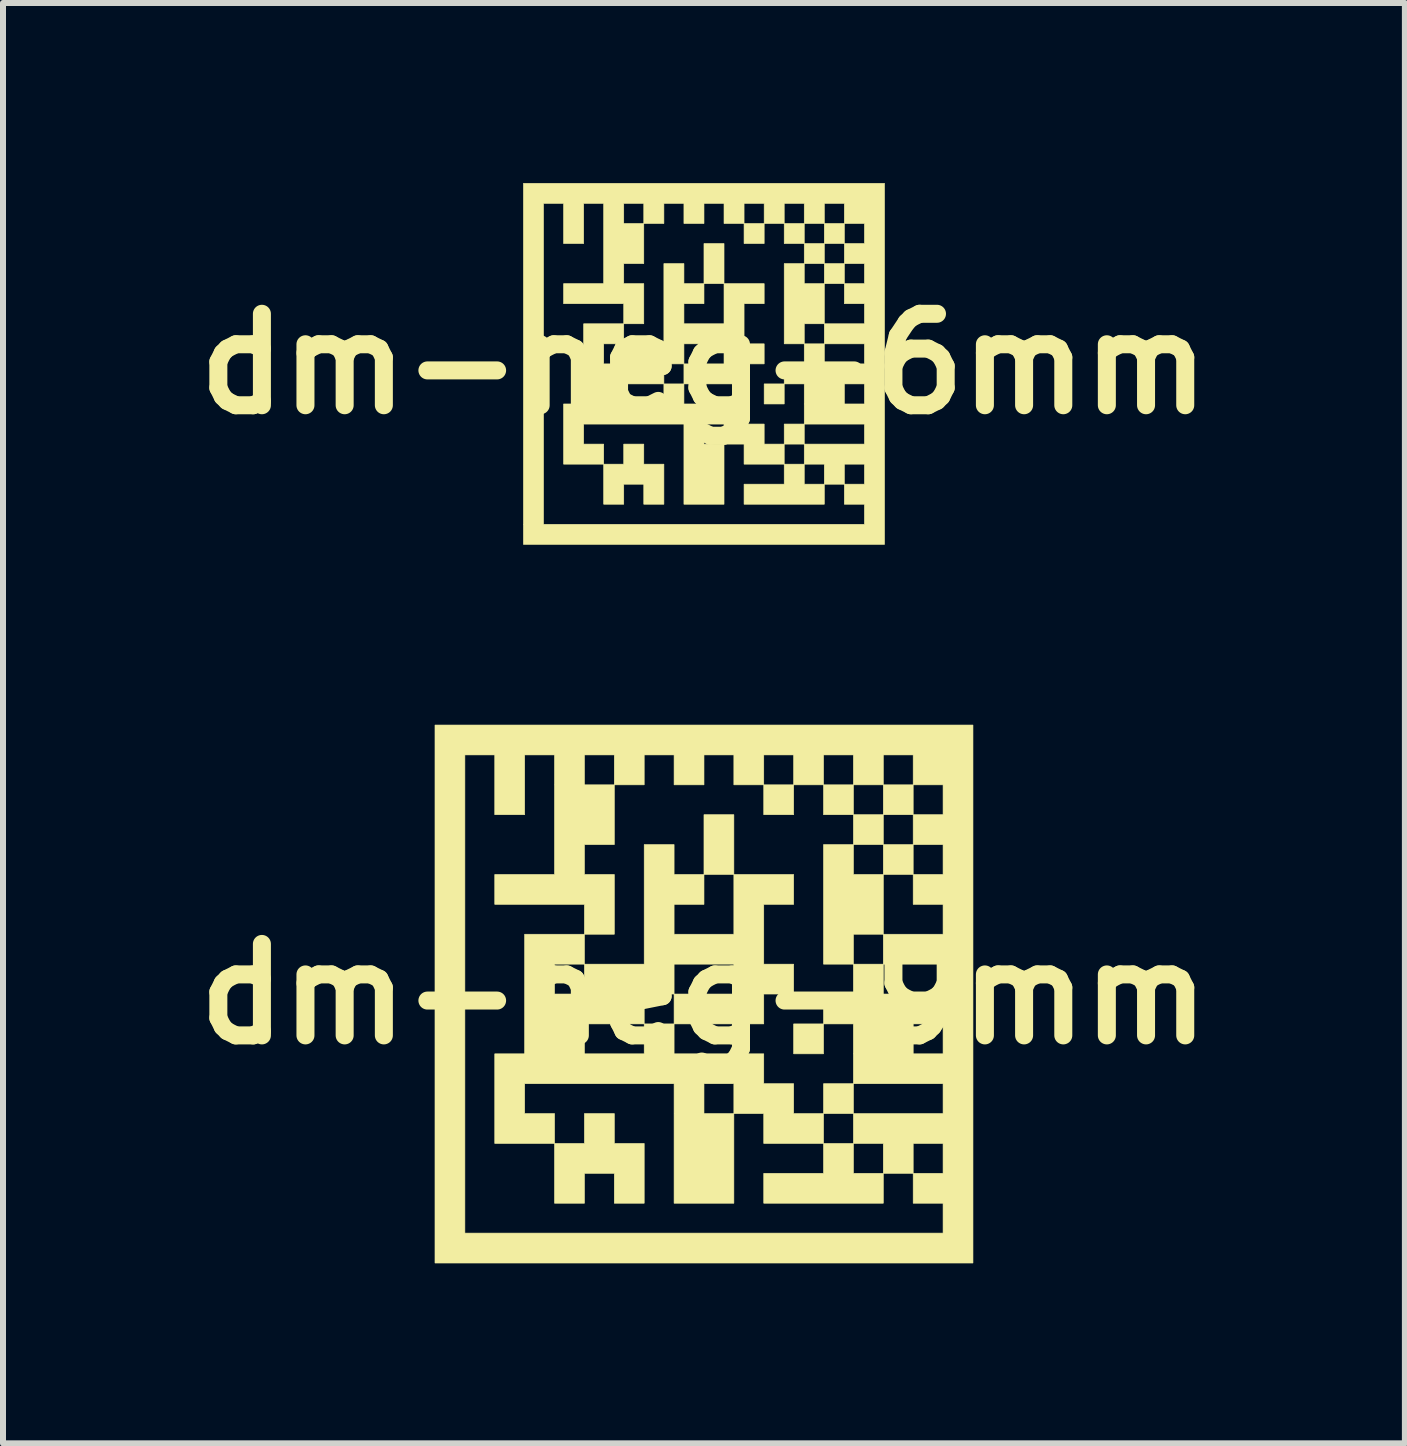
<source format=kicad_pcb>
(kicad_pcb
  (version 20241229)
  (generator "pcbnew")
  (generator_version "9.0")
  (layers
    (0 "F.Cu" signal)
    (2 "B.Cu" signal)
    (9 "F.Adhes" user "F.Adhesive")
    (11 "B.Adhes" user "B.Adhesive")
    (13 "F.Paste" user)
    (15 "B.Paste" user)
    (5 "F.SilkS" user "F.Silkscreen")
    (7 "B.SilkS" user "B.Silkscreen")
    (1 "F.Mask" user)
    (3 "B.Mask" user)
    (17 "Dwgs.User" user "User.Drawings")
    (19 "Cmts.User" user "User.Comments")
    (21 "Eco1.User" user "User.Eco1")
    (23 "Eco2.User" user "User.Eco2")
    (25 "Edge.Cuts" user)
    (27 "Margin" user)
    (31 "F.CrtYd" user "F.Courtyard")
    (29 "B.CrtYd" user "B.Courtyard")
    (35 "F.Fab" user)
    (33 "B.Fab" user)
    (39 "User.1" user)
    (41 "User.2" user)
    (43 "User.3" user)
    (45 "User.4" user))
  (footprint "dm-neg-9mm"
    (layer "F.Cu")
    (at 8.68 13.513)
    (property "Reference" "dm-neg-9mm" (at 0 0 0) (layer "F.SilkS") (effects (font (size 1.524 1.524) (thickness 0.3))))
    (attr through_hole)
    (fp_poly (pts (xy 0 -2.988) (xy 0.498 -2.988) (xy 0.498 -1.992) (xy 0 -1.992) (xy 0 -2.988)) (stroke (width 0.01) (type solid)) (fill yes) (layer "F.SilkS"))
    (fp_poly (pts (xy 1.494 -2.988) (xy 0.996 -2.988) (xy 0.996 -3.486) (xy 1.494 -3.486) (xy 1.494 -2.988)) (stroke (width 0.01) (type solid)) (fill yes) (layer "F.SilkS"))
    (fp_poly (pts (xy 1.992 -2.988) (xy 1.992 -3.486) (xy 2.49 -3.486) (xy 2.49 -2.988) (xy 1.992 -2.988)) (stroke (width 0.01) (type solid)) (fill yes) (layer "F.SilkS"))
    (fp_poly (pts (xy 1.992 0.996) (xy 1.494 0.996) (xy 1.494 0.498) (xy 1.992 0.498) (xy 1.992 0.996)) (stroke (width 0.01) (type solid)) (fill yes) (layer "F.SilkS"))
    (fp_poly (pts (xy 1.992 1.494) (xy 2.49 1.494) (xy 2.49 1.992) (xy 1.992 1.992) (xy 1.992 1.494)) (stroke (width 0.01) (type solid)) (fill yes) (layer "F.SilkS"))
    (fp_poly (pts (xy 2.988 -3.486) (xy 3.486 -3.486) (xy 3.486 -2.988) (xy 2.988 -2.988) (xy 2.988 -3.486)) (stroke (width 0.01) (type solid)) (fill yes) (layer "F.SilkS"))
    (fp_poly (pts (xy 2.988 -2.49) (xy 2.49 -2.49) (xy 2.49 -2.988) (xy 2.988 -2.988) (xy 2.988 -2.49)) (stroke (width 0.01) (type solid)) (fill yes) (layer "F.SilkS"))
    (fp_poly (pts (xy 2.988 -2.49) (xy 3.486 -2.49) (xy 3.486 -1.992) (xy 2.988 -1.992) (xy 2.988 -2.49)) (stroke (width 0.01) (type solid)) (fill yes) (layer "F.SilkS"))
    (fp_poly (pts (xy 2.49 2.49) (xy 2.49 2.988) (xy 2.988 2.988) (xy 2.988 3.486) (xy 0.996 3.486) (xy 0.996 2.988) (xy 1.992 2.988) (xy 1.992 2.49) (xy 2.49 2.49)) (stroke (width 0.01) (type solid)) (fill yes) (layer "F.SilkS"))
    (fp_poly (pts (xy 2.988 -0.996) (xy 2.49 -0.996) (xy 2.49 -0.498) (xy 1.992 -0.498) (xy 1.992 -2.49) (xy 2.49 -2.49) (xy 2.49 -1.992) (xy 2.988 -1.992) (xy 2.988 -0.996)) (stroke (width 0.01) (type solid)) (fill yes) (layer "F.SilkS"))
    (fp_poly (pts (xy -1.992 2.49) (xy -1.992 1.992) (xy -1.494 1.992) (xy -1.494 2.49) (xy -0.996 2.49) (xy -0.996 3.486) (xy -1.494 3.486) (xy -1.494 2.988) (xy -1.992 2.988) (xy -1.992 3.486) (xy -2.49 3.486) (xy -2.49 2.49) (xy -1.992 2.49)) (stroke (width 0.01) (type solid)) (fill yes) (layer "F.SilkS"))
    (fp_poly (pts (xy 1.992 2.49) (xy 0.996 2.49) (xy 0.996 1.992) (xy 0.498 1.992) (xy 0.498 3.486) (xy -0.498 3.486) (xy -0.498 1.494) (xy 0 1.494) (xy 0 1.992) (xy 0.498 1.992) (xy 0.498 1.494) (xy 0 1.494) (xy -0.498 1.494) (xy -2.988 1.494) (xy -2.988 1.992) (xy -2.49 1.992) (xy -2.49 2.49) (xy -3.486 2.49) (xy -3.486 0.996) (xy -2.988 0.996) (xy -2.988 0.498) (xy -1.992 0.498) (xy -1.992 0.996) (xy -0.996 0.996) (xy -0.996 0.498) (xy -1.992 0.498) (xy -2.988 0.498) (xy -2.988 -0.498) (xy -2.49 -0.498) (xy -2.49 0) (xy -1.992 0) (xy -0.996 0) (xy -0.996 0.498) (xy -0.498 0.498) (xy -0.498 0) (xy -0.996 0) (xy -1.992 0) (xy -1.992 -0.498) (xy -2.49 -0.498) (xy -2.988 -0.498) (xy -2.988 -0.996) (xy -1.992 -0.996) (xy -1.992 -0.498) (xy -0.996 -0.498) (xy -0.498 -0.498) (xy -0.498 0) (xy 0.498 0) (xy 0.498 -0.498) (xy -0.498 -0.498) (xy -0.996 -0.498) (xy -0.996 -2.49) (xy -0.498 -2.49) (xy -0.498 -1.992) (xy 0 -1.992) (xy 0 -1.494) (xy -0.498 -1.494) (xy -0.498 -0.996) (xy 0.498 -0.996) (xy 0.498 -1.992) (xy 1.494 -1.992) (xy 1.494 -1.494) (xy 0.996 -1.494) (xy 0.996 -0.498) (xy 1.494 -0.498) (xy 1.494 0) (xy 0.996 0) (xy 0.996 0.498) (xy -0.498 0.498) (xy -0.498 0.996) (xy 0.996 0.996) (xy 0.996 1.494) (xy 1.494 1.494) (xy 1.494 1.992) (xy 1.992 1.992) (xy 1.992 2.49)) (stroke (width 0.01) (type solid)) (fill yes) (layer "F.SilkS"))
    (fp_poly (pts (xy 4.482 4.482) (xy -4.482 4.482) (xy -4.482 -3.984) (xy -3.984 -3.984) (xy -3.984 3.984) (xy 3.984 3.984) (xy 3.984 3.486) (xy 3.486 3.486) (xy 3.486 2.988) (xy 2.988 2.988) (xy 2.988 2.49) (xy 3.486 2.49) (xy 3.486 2.988) (xy 3.984 2.988) (xy 3.984 2.49) (xy 3.486 2.49) (xy 2.988 2.49) (xy 2.49 2.49) (xy 2.49 1.992) (xy 3.984 1.992) (xy 3.984 1.494) (xy 2.49 1.494) (xy 2.49 0.498) (xy 3.486 0.498) (xy 3.486 0.996) (xy 3.984 0.996) (xy 3.984 0.498) (xy 3.486 0.498) (xy 2.49 0.498) (xy 1.992 0.498) (xy 1.992 0) (xy 2.49 0) (xy 2.49 -0.498) (xy 2.988 -0.498) (xy 2.988 0) (xy 3.984 0) (xy 3.984 -0.498) (xy 2.988 -0.498) (xy 2.988 -0.996) (xy 3.984 -0.996) (xy 3.984 -1.494) (xy 3.486 -1.494) (xy 3.486 -1.992) (xy 3.984 -1.992) (xy 3.984 -2.49) (xy 3.486 -2.49) (xy 3.486 -2.988) (xy 3.984 -2.988) (xy 3.984 -3.486) (xy 3.486 -3.486) (xy 3.486 -3.984) (xy 2.988 -3.984) (xy 2.988 -3.486) (xy 2.49 -3.486) (xy 2.49 -3.984) (xy 1.992 -3.984) (xy 1.992 -3.486) (xy 1.494 -3.486) (xy 1.494 -3.984) (xy 0.996 -3.984) (xy 0.996 -3.486) (xy 0.498 -3.486) (xy 0.498 -3.984) (xy 0 -3.984) (xy 0 -3.486) (xy -0.498 -3.486) (xy -0.498 -3.984) (xy -0.996 -3.984) (xy -0.996 -3.486) (xy -1.494 -3.486) (xy -1.494 -2.49) (xy -1.992 -2.49) (xy -1.992 -1.992) (xy -1.494 -1.992) (xy -1.494 -0.996) (xy -1.992 -0.996) (xy -1.992 -1.494) (xy -3.486 -1.494) (xy -3.486 -1.992) (xy -2.49 -1.992) (xy -2.49 -3.984) (xy -1.992 -3.984) (xy -1.992 -3.486) (xy -1.494 -3.486) (xy -1.494 -3.984) (xy -1.992 -3.984) (xy -2.49 -3.984) (xy -2.988 -3.984) (xy -2.988 -2.988) (xy -3.486 -2.988) (xy -3.486 -3.984) (xy -3.984 -3.984) (xy -4.482 -3.984) (xy -4.482 -4.482) (xy 4.482 -4.482) (xy 4.482 4.482)) (stroke (width 0.01) (type solid)) (fill yes) (layer "F.SilkS")))
  (footprint "dm-neg-6mm"
    (layer "F.Cu")
    (at 8.68 3.013)
    (property "Reference" "dm-neg-6mm" (at 0 0 0) (layer "F.SilkS") (effects (font (size 1.524 1.524) (thickness 0.3))))
    (attr through_hole)
    (fp_poly (pts (xy 0 -2.005) (xy 0.334 -2.005) (xy 0.334 -1.337) (xy 0 -1.337) (xy 0 -2.005)) (stroke (width 0.01) (type solid)) (fill yes) (layer "F.SilkS"))
    (fp_poly (pts (xy 1.003 -2.005) (xy 0.668 -2.005) (xy 0.668 -2.339) (xy 1.003 -2.339) (xy 1.003 -2.005)) (stroke (width 0.01) (type solid)) (fill yes) (layer "F.SilkS"))
    (fp_poly (pts (xy 1.337 -2.005) (xy 1.337 -2.339) (xy 1.671 -2.339) (xy 1.671 -2.005) (xy 1.337 -2.005)) (stroke (width 0.01) (type solid)) (fill yes) (layer "F.SilkS"))
    (fp_poly (pts (xy 1.337 0.668) (xy 1.003 0.668) (xy 1.003 0.334) (xy 1.337 0.334) (xy 1.337 0.668)) (stroke (width 0.01) (type solid)) (fill yes) (layer "F.SilkS"))
    (fp_poly (pts (xy 1.337 1.003) (xy 1.671 1.003) (xy 1.671 1.337) (xy 1.337 1.337) (xy 1.337 1.003)) (stroke (width 0.01) (type solid)) (fill yes) (layer "F.SilkS"))
    (fp_poly (pts (xy 2.005 -2.339) (xy 2.339 -2.339) (xy 2.339 -2.005) (xy 2.005 -2.005) (xy 2.005 -2.339)) (stroke (width 0.01) (type solid)) (fill yes) (layer "F.SilkS"))
    (fp_poly (pts (xy 2.005 -1.671) (xy 1.671 -1.671) (xy 1.671 -2.005) (xy 2.005 -2.005) (xy 2.005 -1.671)) (stroke (width 0.01) (type solid)) (fill yes) (layer "F.SilkS"))
    (fp_poly (pts (xy 2.005 -1.671) (xy 2.339 -1.671) (xy 2.339 -1.337) (xy 2.005 -1.337) (xy 2.005 -1.671)) (stroke (width 0.01) (type solid)) (fill yes) (layer "F.SilkS"))
    (fp_poly (pts (xy 1.671 1.671) (xy 1.671 2.005) (xy 2.005 2.005) (xy 2.005 2.339) (xy 0.668 2.339) (xy 0.668 2.005) (xy 1.337 2.005) (xy 1.337 1.671) (xy 1.671 1.671)) (stroke (width 0.01) (type solid)) (fill yes) (layer "F.SilkS"))
    (fp_poly (pts (xy 2.005 -0.668) (xy 1.671 -0.668) (xy 1.671 -0.334) (xy 1.337 -0.334) (xy 1.337 -1.671) (xy 1.671 -1.671) (xy 1.671 -1.337) (xy 2.005 -1.337) (xy 2.005 -0.668)) (stroke (width 0.01) (type solid)) (fill yes) (layer "F.SilkS"))
    (fp_poly (pts (xy -1.337 1.671) (xy -1.337 1.337) (xy -1.003 1.337) (xy -1.003 1.671) (xy -0.668 1.671) (xy -0.668 2.339) (xy -1.003 2.339) (xy -1.003 2.005) (xy -1.337 2.005) (xy -1.337 2.339) (xy -1.671 2.339) (xy -1.671 1.671) (xy -1.337 1.671)) (stroke (width 0.01) (type solid)) (fill yes) (layer "F.SilkS"))
    (fp_poly (pts (xy 1.337 1.671) (xy 0.668 1.671) (xy 0.668 1.337) (xy 0.334 1.337) (xy 0.334 2.339) (xy -0.334 2.339) (xy -0.334 1.003) (xy 0 1.003) (xy 0 1.337) (xy 0.334 1.337) (xy 0.334 1.003) (xy 0 1.003) (xy -0.334 1.003) (xy -2.005 1.003) (xy -2.005 1.337) (xy -1.671 1.337) (xy -1.671 1.671) (xy -2.339 1.671) (xy -2.339 0.668) (xy -2.005 0.668) (xy -2.005 0.334) (xy -1.337 0.334) (xy -1.337 0.668) (xy -0.668 0.668) (xy -0.668 0.334) (xy -1.337 0.334) (xy -2.005 0.334) (xy -2.005 -0.334) (xy -1.671 -0.334) (xy -1.671 0) (xy -1.337 0) (xy -0.668 0) (xy -0.668 0.334) (xy -0.334 0.334) (xy -0.334 0) (xy -0.668 0) (xy -1.337 0) (xy -1.337 -0.334) (xy -1.671 -0.334) (xy -2.005 -0.334) (xy -2.005 -0.668) (xy -1.337 -0.668) (xy -1.337 -0.334) (xy -0.668 -0.334) (xy -0.334 -0.334) (xy -0.334 0) (xy 0.334 0) (xy 0.334 -0.334) (xy -0.334 -0.334) (xy -0.668 -0.334) (xy -0.668 -1.671) (xy -0.334 -1.671) (xy -0.334 -1.337) (xy 0 -1.337) (xy 0 -1.003) (xy -0.334 -1.003) (xy -0.334 -0.668) (xy 0.334 -0.668) (xy 0.334 -1.337) (xy 1.003 -1.337) (xy 1.003 -1.003) (xy 0.668 -1.003) (xy 0.668 -0.334) (xy 1.003 -0.334) (xy 1.003 0) (xy 0.668 0) (xy 0.668 0.334) (xy -0.334 0.334) (xy -0.334 0.668) (xy 0.668 0.668) (xy 0.668 1.003) (xy 1.003 1.003) (xy 1.003 1.337) (xy 1.337 1.337) (xy 1.337 1.671)) (stroke (width 0.01) (type solid)) (fill yes) (layer "F.SilkS"))
    (fp_poly (pts (xy 3.008 3.008) (xy -3.008 3.008) (xy -3.008 -2.674) (xy -2.674 -2.674) (xy -2.674 2.674) (xy 2.674 2.674) (xy 2.674 2.339) (xy 2.339 2.339) (xy 2.339 2.005) (xy 2.005 2.005) (xy 2.005 1.671) (xy 2.339 1.671) (xy 2.339 2.005) (xy 2.674 2.005) (xy 2.674 1.671) (xy 2.339 1.671) (xy 2.005 1.671) (xy 1.671 1.671) (xy 1.671 1.337) (xy 2.674 1.337) (xy 2.674 1.003) (xy 1.671 1.003) (xy 1.671 0.334) (xy 2.339 0.334) (xy 2.339 0.668) (xy 2.674 0.668) (xy 2.674 0.334) (xy 2.339 0.334) (xy 1.671 0.334) (xy 1.337 0.334) (xy 1.337 0) (xy 1.671 0) (xy 1.671 -0.334) (xy 2.005 -0.334) (xy 2.005 0) (xy 2.674 0) (xy 2.674 -0.334) (xy 2.005 -0.334) (xy 2.005 -0.668) (xy 2.674 -0.668) (xy 2.674 -1.003) (xy 2.339 -1.003) (xy 2.339 -1.337) (xy 2.674 -1.337) (xy 2.674 -1.671) (xy 2.339 -1.671) (xy 2.339 -2.005) (xy 2.674 -2.005) (xy 2.674 -2.339) (xy 2.339 -2.339) (xy 2.339 -2.674) (xy 2.005 -2.674) (xy 2.005 -2.339) (xy 1.671 -2.339) (xy 1.671 -2.674) (xy 1.337 -2.674) (xy 1.337 -2.339) (xy 1.003 -2.339) (xy 1.003 -2.674) (xy 0.668 -2.674) (xy 0.668 -2.339) (xy 0.334 -2.339) (xy 0.334 -2.674) (xy 0 -2.674) (xy 0 -2.339) (xy -0.334 -2.339) (xy -0.334 -2.674) (xy -0.668 -2.674) (xy -0.668 -2.339) (xy -1.003 -2.339) (xy -1.003 -1.671) (xy -1.337 -1.671) (xy -1.337 -1.337) (xy -1.003 -1.337) (xy -1.003 -0.668) (xy -1.337 -0.668) (xy -1.337 -1.003) (xy -2.339 -1.003) (xy -2.339 -1.337) (xy -1.671 -1.337) (xy -1.671 -2.674) (xy -1.337 -2.674) (xy -1.337 -2.339) (xy -1.003 -2.339) (xy -1.003 -2.674) (xy -1.337 -2.674) (xy -1.671 -2.674) (xy -2.005 -2.674) (xy -2.005 -2.005) (xy -2.339 -2.005) (xy -2.339 -2.674) (xy -2.674 -2.674) (xy -3.008 -2.674) (xy -3.008 -3.008) (xy 3.008 -3.008) (xy 3.008 3.008)) (stroke (width 0.01) (type solid)) (fill yes) (layer "F.SilkS")))
  (gr_rect
    (start -3 -3)
    (end 20.359 21)
    (stroke (width 0.1) (type default))
    (fill no)
    (layer "Edge.Cuts")))
</source>
